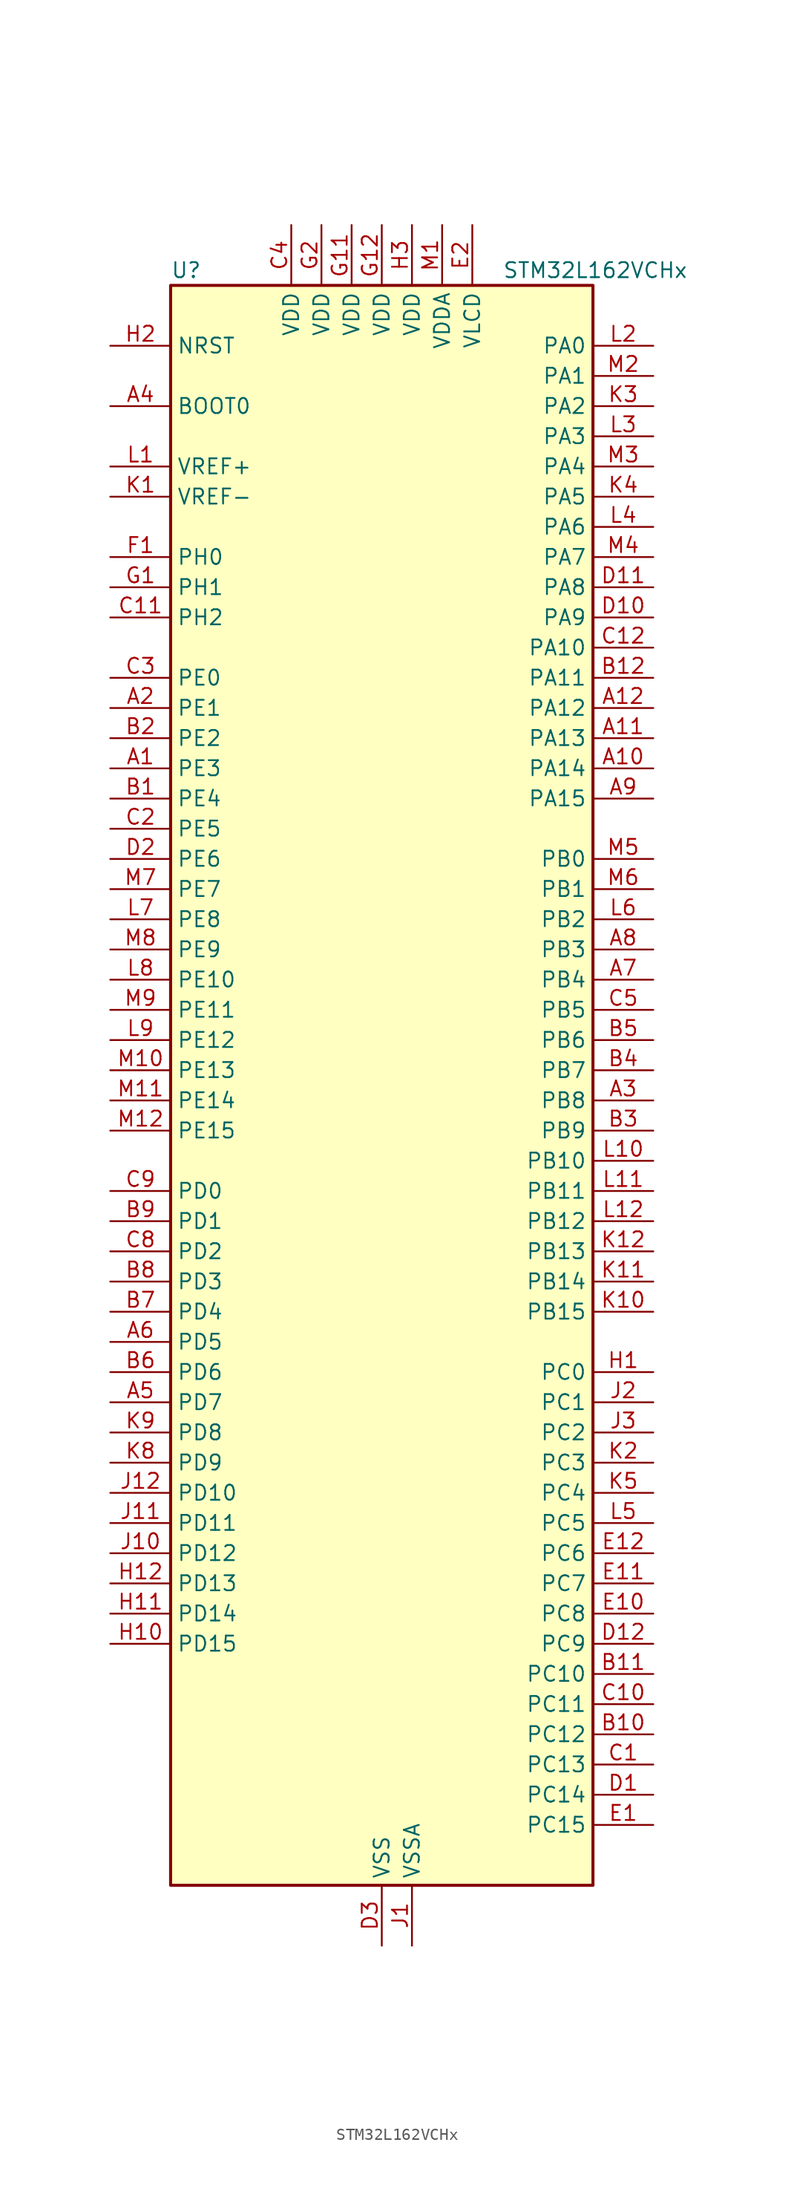
<source format=kicad_sym>
(kicad_symbol_lib
  (version 20241209)
  (generator "kicad_symbol_editor")
  (generator_version "9.0")
  (symbol "STM32L162VCHx"
    (property "Reference" "U"
      (at -17.78 69.85 0)
      (effects (font (size 1.27 1.27)) (justify left)))
    (property "Value" "STM32L162VCHx"
      (at 10.16 69.85 0)
      (effects (font (size 1.27 1.27)) (justify left)))
    (symbol "STM32L162VCHx_0_1"
      (rectangle (start -17.78 -66.04) (end 17.78 68.58) (stroke (width 0.254) (type default)) (fill (type background))))
    (symbol "STM32L162VCHx_1_1"
      (pin input line (at -22.86 63.5 0) (length 5.08) (name "NRST" (effects (font (size 1.27 1.27)))) (number "H2" (effects (font (size 1.27 1.27)))))
      (pin input line (at -22.86 58.42 0) (length 5.08) (name "BOOT0" (effects (font (size 1.27 1.27)))) (number "A4" (effects (font (size 1.27 1.27)))))
      (pin input line (at -22.86 53.34 0) (length 5.08) (name "VREF+" (effects (font (size 1.27 1.27)))) (number "L1" (effects (font (size 1.27 1.27)))))
      (pin input line (at -22.86 50.8 0) (length 5.08) (name "VREF-" (effects (font (size 1.27 1.27)))) (number "K1" (effects (font (size 1.27 1.27)))))
      (pin bidirectional line (at -22.86 45.72 0) (length 5.08) (name "PH0" (effects (font (size 1.27 1.27)))) (number "F1" (effects (font (size 1.27 1.27)))) (alternate "RCC_OSC_IN" bidirectional line))
      (pin bidirectional line (at -22.86 43.18 0) (length 5.08) (name "PH1" (effects (font (size 1.27 1.27)))) (number "G1" (effects (font (size 1.27 1.27)))) (alternate "RCC_OSC_OUT" bidirectional line))
      (pin bidirectional line (at -22.86 40.64 0) (length 5.08) (name "PH2" (effects (font (size 1.27 1.27)))) (number "C11" (effects (font (size 1.27 1.27)))))
      (pin bidirectional line (at -22.86 35.56 0) (length 5.08) (name "PE0" (effects (font (size 1.27 1.27)))) (number "C3" (effects (font (size 1.27 1.27)))) (alternate "LCD_SEG36" bidirectional line) (alternate "TIM10_CH1" bidirectional line) (alternate "TIM4_ETR" bidirectional line) (alternate "TIMX_IC1" bidirectional line))
      (pin bidirectional line (at -22.86 33.02 0) (length 5.08) (name "PE1" (effects (font (size 1.27 1.27)))) (number "A2" (effects (font (size 1.27 1.27)))) (alternate "LCD_SEG37" bidirectional line) (alternate "TIM11_CH1" bidirectional line) (alternate "TIMX_IC2" bidirectional line))
      (pin bidirectional line (at -22.86 30.48 0) (length 5.08) (name "PE2" (effects (font (size 1.27 1.27)))) (number "B2" (effects (font (size 1.27 1.27)))) (alternate "LCD_SEG38" bidirectional line) (alternate "SYS_TRACECK" bidirectional line) (alternate "TIM3_ETR" bidirectional line) (alternate "TIMX_IC3" bidirectional line))
      (pin bidirectional line (at -22.86 27.94 0) (length 5.08) (name "PE3" (effects (font (size 1.27 1.27)))) (number "A1" (effects (font (size 1.27 1.27)))) (alternate "LCD_SEG39" bidirectional line) (alternate "SYS_TRACED0" bidirectional line) (alternate "TIM3_CH1" bidirectional line) (alternate "TIMX_IC4" bidirectional line))
      (pin bidirectional line (at -22.86 25.4 0) (length 5.08) (name "PE4" (effects (font (size 1.27 1.27)))) (number "B1" (effects (font (size 1.27 1.27)))) (alternate "SYS_TRACED1" bidirectional line) (alternate "TIM3_CH2" bidirectional line) (alternate "TIMX_IC1" bidirectional line))
      (pin bidirectional line (at -22.86 22.86 0) (length 5.08) (name "PE5" (effects (font (size 1.27 1.27)))) (number "C2" (effects (font (size 1.27 1.27)))) (alternate "SYS_TRACED2" bidirectional line) (alternate "TIM9_CH1" bidirectional line) (alternate "TIMX_IC2" bidirectional line))
      (pin bidirectional line (at -22.86 20.32 0) (length 5.08) (name "PE6" (effects (font (size 1.27 1.27)))) (number "D2" (effects (font (size 1.27 1.27)))) (alternate "RTC_TAMP3" bidirectional line) (alternate "SYS_TRACED3" bidirectional line) (alternate "SYS_WKUP3" bidirectional line) (alternate "TIM9_CH2" bidirectional line) (alternate "TIMX_IC3" bidirectional line))
      (pin bidirectional line (at -22.86 17.78 0) (length 5.08) (name "PE7" (effects (font (size 1.27 1.27)))) (number "M7" (effects (font (size 1.27 1.27)))) (alternate "ADC_IN22" bidirectional line) (alternate "COMP1_INP" bidirectional line) (alternate "TIMX_IC4" bidirectional line))
      (pin bidirectional line (at -22.86 15.24 0) (length 5.08) (name "PE8" (effects (font (size 1.27 1.27)))) (number "L7" (effects (font (size 1.27 1.27)))) (alternate "ADC_IN23" bidirectional line) (alternate "COMP1_INP" bidirectional line) (alternate "TIMX_IC1" bidirectional line))
      (pin bidirectional line (at -22.86 12.7 0) (length 5.08) (name "PE9" (effects (font (size 1.27 1.27)))) (number "M8" (effects (font (size 1.27 1.27)))) (alternate "ADC_IN24" bidirectional line) (alternate "COMP1_INP" bidirectional line) (alternate "DAC_EXTI9" bidirectional line) (alternate "TIM2_CH1" bidirectional line) (alternate "TIM2_ETR" bidirectional line) (alternate "TIM5_ETR" bidirectional line) (alternate "TIMX_IC2" bidirectional line))
      (pin bidirectional line (at -22.86 10.16 0) (length 5.08) (name "PE10" (effects (font (size 1.27 1.27)))) (number "L8" (effects (font (size 1.27 1.27)))) (alternate "ADC_IN25" bidirectional line) (alternate "COMP1_INP" bidirectional line) (alternate "TIM2_CH2" bidirectional line) (alternate "TIMX_IC3" bidirectional line))
      (pin bidirectional line (at -22.86 7.62 0) (length 5.08) (name "PE11" (effects (font (size 1.27 1.27)))) (number "M9" (effects (font (size 1.27 1.27)))) (alternate "ADC_EXTI11" bidirectional line) (alternate "TIM2_CH3" bidirectional line) (alternate "TIMX_IC4" bidirectional line))
      (pin bidirectional line (at -22.86 5.08 0) (length 5.08) (name "PE12" (effects (font (size 1.27 1.27)))) (number "L9" (effects (font (size 1.27 1.27)))) (alternate "SPI1_NSS" bidirectional line) (alternate "TIM2_CH4" bidirectional line) (alternate "TIMX_IC1" bidirectional line))
      (pin bidirectional line (at -22.86 2.54 0) (length 5.08) (name "PE13" (effects (font (size 1.27 1.27)))) (number "M10" (effects (font (size 1.27 1.27)))) (alternate "SPI1_SCK" bidirectional line) (alternate "TIMX_IC2" bidirectional line))
      (pin bidirectional line (at -22.86 0 0) (length 5.08) (name "PE14" (effects (font (size 1.27 1.27)))) (number "M11" (effects (font (size 1.27 1.27)))) (alternate "SPI1_MISO" bidirectional line) (alternate "TIMX_IC3" bidirectional line))
      (pin bidirectional line (at -22.86 -2.54 0) (length 5.08) (name "PE15" (effects (font (size 1.27 1.27)))) (number "M12" (effects (font (size 1.27 1.27)))) (alternate "ADC_EXTI15" bidirectional line) (alternate "SPI1_MOSI" bidirectional line) (alternate "TIMX_IC4" bidirectional line))
      (pin bidirectional line (at -22.86 -7.62 0) (length 5.08) (name "PD0" (effects (font (size 1.27 1.27)))) (number "C9" (effects (font (size 1.27 1.27)))) (alternate "I2S2_WS" bidirectional line) (alternate "SPI2_NSS" bidirectional line) (alternate "TIM9_CH1" bidirectional line) (alternate "TIMX_IC1" bidirectional line))
      (pin bidirectional line (at -22.86 -10.16 0) (length 5.08) (name "PD1" (effects (font (size 1.27 1.27)))) (number "B9" (effects (font (size 1.27 1.27)))) (alternate "I2S2_CK" bidirectional line) (alternate "SPI2_SCK" bidirectional line) (alternate "TIMX_IC2" bidirectional line))
      (pin bidirectional line (at -22.86 -12.7 0) (length 5.08) (name "PD2" (effects (font (size 1.27 1.27)))) (number "C8" (effects (font (size 1.27 1.27)))) (alternate "LCD_COM7" bidirectional line) (alternate "LCD_SEG31" bidirectional line) (alternate "LCD_SEG43" bidirectional line) (alternate "TIM3_ETR" bidirectional line) (alternate "TIMX_IC3" bidirectional line))
      (pin bidirectional line (at -22.86 -15.24 0) (length 5.08) (name "PD3" (effects (font (size 1.27 1.27)))) (number "B8" (effects (font (size 1.27 1.27)))) (alternate "SPI2_MISO" bidirectional line) (alternate "TIMX_IC4" bidirectional line) (alternate "USART2_CTS" bidirectional line))
      (pin bidirectional line (at -22.86 -17.78 0) (length 5.08) (name "PD4" (effects (font (size 1.27 1.27)))) (number "B7" (effects (font (size 1.27 1.27)))) (alternate "I2S2_SD" bidirectional line) (alternate "SPI2_MOSI" bidirectional line) (alternate "TIMX_IC1" bidirectional line) (alternate "USART2_RTS" bidirectional line))
      (pin bidirectional line (at -22.86 -20.32 0) (length 5.08) (name "PD5" (effects (font (size 1.27 1.27)))) (number "A6" (effects (font (size 1.27 1.27)))) (alternate "TIMX_IC2" bidirectional line) (alternate "USART2_TX" bidirectional line))
      (pin bidirectional line (at -22.86 -22.86 0) (length 5.08) (name "PD6" (effects (font (size 1.27 1.27)))) (number "B6" (effects (font (size 1.27 1.27)))) (alternate "TIMX_IC3" bidirectional line) (alternate "USART2_RX" bidirectional line))
      (pin bidirectional line (at -22.86 -25.4 0) (length 5.08) (name "PD7" (effects (font (size 1.27 1.27)))) (number "A5" (effects (font (size 1.27 1.27)))) (alternate "TIM9_CH2" bidirectional line) (alternate "TIMX_IC4" bidirectional line) (alternate "USART2_CK" bidirectional line))
      (pin bidirectional line (at -22.86 -27.94 0) (length 5.08) (name "PD8" (effects (font (size 1.27 1.27)))) (number "K9" (effects (font (size 1.27 1.27)))) (alternate "LCD_SEG28" bidirectional line) (alternate "TIMX_IC1" bidirectional line) (alternate "USART3_TX" bidirectional line))
      (pin bidirectional line (at -22.86 -30.48 0) (length 5.08) (name "PD9" (effects (font (size 1.27 1.27)))) (number "K8" (effects (font (size 1.27 1.27)))) (alternate "DAC_EXTI9" bidirectional line) (alternate "LCD_SEG29" bidirectional line) (alternate "TIMX_IC2" bidirectional line) (alternate "USART3_RX" bidirectional line))
      (pin bidirectional line (at -22.86 -33.02 0) (length 5.08) (name "PD10" (effects (font (size 1.27 1.27)))) (number "J12" (effects (font (size 1.27 1.27)))) (alternate "LCD_SEG30" bidirectional line) (alternate "TIMX_IC3" bidirectional line) (alternate "USART3_CK" bidirectional line))
      (pin bidirectional line (at -22.86 -35.56 0) (length 5.08) (name "PD11" (effects (font (size 1.27 1.27)))) (number "J11" (effects (font (size 1.27 1.27)))) (alternate "ADC_EXTI11" bidirectional line) (alternate "LCD_SEG31" bidirectional line) (alternate "TIMX_IC4" bidirectional line) (alternate "USART3_CTS" bidirectional line))
      (pin bidirectional line (at -22.86 -38.1 0) (length 5.08) (name "PD12" (effects (font (size 1.27 1.27)))) (number "J10" (effects (font (size 1.27 1.27)))) (alternate "LCD_SEG32" bidirectional line) (alternate "TIM4_CH1" bidirectional line) (alternate "TIMX_IC1" bidirectional line) (alternate "USART3_RTS" bidirectional line))
      (pin bidirectional line (at -22.86 -40.64 0) (length 5.08) (name "PD13" (effects (font (size 1.27 1.27)))) (number "H12" (effects (font (size 1.27 1.27)))) (alternate "LCD_SEG33" bidirectional line) (alternate "TIM4_CH2" bidirectional line) (alternate "TIMX_IC2" bidirectional line))
      (pin bidirectional line (at -22.86 -43.18 0) (length 5.08) (name "PD14" (effects (font (size 1.27 1.27)))) (number "H11" (effects (font (size 1.27 1.27)))) (alternate "LCD_SEG34" bidirectional line) (alternate "TIM4_CH3" bidirectional line) (alternate "TIMX_IC3" bidirectional line))
      (pin bidirectional line (at -22.86 -45.72 0) (length 5.08) (name "PD15" (effects (font (size 1.27 1.27)))) (number "H10" (effects (font (size 1.27 1.27)))) (alternate "ADC_EXTI15" bidirectional line) (alternate "LCD_SEG35" bidirectional line) (alternate "TIM4_CH4" bidirectional line) (alternate "TIMX_IC4" bidirectional line))
      (pin power_in line (at -7.62 73.66 270) (length 5.08) (name "VDD" (effects (font (size 1.27 1.27)))) (number "C4" (effects (font (size 1.27 1.27)))))
      (pin power_in line (at -5.08 73.66 270) (length 5.08) (name "VDD" (effects (font (size 1.27 1.27)))) (number "G2" (effects (font (size 1.27 1.27)))))
      (pin power_in line (at -2.54 73.66 270) (length 5.08) (name "VDD" (effects (font (size 1.27 1.27)))) (number "G11" (effects (font (size 1.27 1.27)))))
      (pin power_in line (at 0 73.66 270) (length 5.08) (name "VDD" (effects (font (size 1.27 1.27)))) (number "G12" (effects (font (size 1.27 1.27)))))
      (pin power_in line (at 0 -71.12 90) (length 5.08) (name "VSS" (effects (font (size 1.27 1.27)))) (number "D3" (effects (font (size 1.27 1.27)))))
      (pin passive line (at 0 -71.12 90) (length 5.08) (hide yes) (name "VSS" (effects (font (size 1.27 1.27)))) (number "E3" (effects (font (size 1.27 1.27)))))
      (pin passive line (at 0 -71.12 90) (length 5.08) (hide yes) (name "VSS" (effects (font (size 1.27 1.27)))) (number "F11" (effects (font (size 1.27 1.27)))))
      (pin passive line (at 0 -71.12 90) (length 5.08) (hide yes) (name "VSS" (effects (font (size 1.27 1.27)))) (number "F12" (effects (font (size 1.27 1.27)))))
      (pin passive line (at 0 -71.12 90) (length 5.08) (hide yes) (name "VSS" (effects (font (size 1.27 1.27)))) (number "F2" (effects (font (size 1.27 1.27)))))
      (pin power_in line (at 2.54 73.66 270) (length 5.08) (name "VDD" (effects (font (size 1.27 1.27)))) (number "H3" (effects (font (size 1.27 1.27)))))
      (pin power_in line (at 2.54 -71.12 90) (length 5.08) (name "VSSA" (effects (font (size 1.27 1.27)))) (number "J1" (effects (font (size 1.27 1.27)))))
      (pin power_in line (at 5.08 73.66 270) (length 5.08) (name "VDDA" (effects (font (size 1.27 1.27)))) (number "M1" (effects (font (size 1.27 1.27)))))
      (pin power_in line (at 7.62 73.66 270) (length 5.08) (name "VLCD" (effects (font (size 1.27 1.27)))) (number "E2" (effects (font (size 1.27 1.27)))))
      (pin bidirectional line (at 22.86 63.5 180) (length 5.08) (name "PA0" (effects (font (size 1.27 1.27)))) (number "L2" (effects (font (size 1.27 1.27)))) (alternate "ADC_IN0" bidirectional line) (alternate "COMP1_INP" bidirectional line) (alternate "RTC_TAMP2" bidirectional line) (alternate "SYS_WKUP1" bidirectional line) (alternate "TIM2_CH1" bidirectional line) (alternate "TIM2_ETR" bidirectional line) (alternate "TIM5_CH1" bidirectional line) (alternate "TIMX_IC1" bidirectional line) (alternate "TS_G1_IO1" bidirectional line) (alternate "USART2_CTS" bidirectional line))
      (pin bidirectional line (at 22.86 60.96 180) (length 5.08) (name "PA1" (effects (font (size 1.27 1.27)))) (number "M2" (effects (font (size 1.27 1.27)))) (alternate "ADC_IN1" bidirectional line) (alternate "COMP1_INP" bidirectional line) (alternate "LCD_SEG0" bidirectional line) (alternate "OPAMP1_VINP" bidirectional line) (alternate "TIM2_CH2" bidirectional line) (alternate "TIM5_CH2" bidirectional line) (alternate "TIMX_IC2" bidirectional line) (alternate "TS_G1_IO2" bidirectional line) (alternate "USART2_RTS" bidirectional line))
      (pin bidirectional line (at 22.86 58.42 180) (length 5.08) (name "PA2" (effects (font (size 1.27 1.27)))) (number "K3" (effects (font (size 1.27 1.27)))) (alternate "ADC_IN2" bidirectional line) (alternate "COMP1_INP" bidirectional line) (alternate "LCD_SEG1" bidirectional line) (alternate "OPAMP1_VINM" bidirectional line) (alternate "TIM2_CH3" bidirectional line) (alternate "TIM5_CH3" bidirectional line) (alternate "TIM9_CH1" bidirectional line) (alternate "TIMX_IC3" bidirectional line) (alternate "TS_G1_IO3" bidirectional line) (alternate "USART2_TX" bidirectional line))
      (pin bidirectional line (at 22.86 55.88 180) (length 5.08) (name "PA3" (effects (font (size 1.27 1.27)))) (number "L3" (effects (font (size 1.27 1.27)))) (alternate "ADC_IN3" bidirectional line) (alternate "COMP1_INP" bidirectional line) (alternate "LCD_SEG2" bidirectional line) (alternate "OPAMP1_VOUT" bidirectional line) (alternate "TIM2_CH4" bidirectional line) (alternate "TIM5_CH4" bidirectional line) (alternate "TIM9_CH2" bidirectional line) (alternate "TIMX_IC4" bidirectional line) (alternate "TS_G1_IO4" bidirectional line) (alternate "USART2_RX" bidirectional line))
      (pin bidirectional line (at 22.86 53.34 180) (length 5.08) (name "PA4" (effects (font (size 1.27 1.27)))) (number "M3" (effects (font (size 1.27 1.27)))) (alternate "ADC_IN4" bidirectional line) (alternate "COMP1_INP" bidirectional line) (alternate "DAC_OUT1" bidirectional line) (alternate "I2S3_WS" bidirectional line) (alternate "SPI1_NSS" bidirectional line) (alternate "SPI3_NSS" bidirectional line) (alternate "TIMX_IC1" bidirectional line) (alternate "USART2_CK" bidirectional line))
      (pin bidirectional line (at 22.86 50.8 180) (length 5.08) (name "PA5" (effects (font (size 1.27 1.27)))) (number "K4" (effects (font (size 1.27 1.27)))) (alternate "ADC_IN5" bidirectional line) (alternate "COMP1_INP" bidirectional line) (alternate "DAC_OUT2" bidirectional line) (alternate "SPI1_SCK" bidirectional line) (alternate "TIM2_CH1" bidirectional line) (alternate "TIM2_ETR" bidirectional line) (alternate "TIMX_IC2" bidirectional line))
      (pin bidirectional line (at 22.86 48.26 180) (length 5.08) (name "PA6" (effects (font (size 1.27 1.27)))) (number "L4" (effects (font (size 1.27 1.27)))) (alternate "ADC_IN6" bidirectional line) (alternate "COMP1_INP" bidirectional line) (alternate "LCD_SEG3" bidirectional line) (alternate "OPAMP2_VINP" bidirectional line) (alternate "SPI1_MISO" bidirectional line) (alternate "TIM10_CH1" bidirectional line) (alternate "TIM3_CH1" bidirectional line) (alternate "TIMX_IC3" bidirectional line) (alternate "TS_G2_IO1" bidirectional line))
      (pin bidirectional line (at 22.86 45.72 180) (length 5.08) (name "PA7" (effects (font (size 1.27 1.27)))) (number "M4" (effects (font (size 1.27 1.27)))) (alternate "ADC_IN7" bidirectional line) (alternate "COMP1_INP" bidirectional line) (alternate "LCD_SEG4" bidirectional line) (alternate "OPAMP2_VINM" bidirectional line) (alternate "SPI1_MOSI" bidirectional line) (alternate "TIM11_CH1" bidirectional line) (alternate "TIM3_CH2" bidirectional line) (alternate "TIMX_IC4" bidirectional line) (alternate "TS_G2_IO2" bidirectional line))
      (pin bidirectional line (at 22.86 43.18 180) (length 5.08) (name "PA8" (effects (font (size 1.27 1.27)))) (number "D11" (effects (font (size 1.27 1.27)))) (alternate "LCD_COM0" bidirectional line) (alternate "RCC_MCO" bidirectional line) (alternate "TIMX_IC1" bidirectional line) (alternate "TS_G4_IO1" bidirectional line) (alternate "USART1_CK" bidirectional line))
      (pin bidirectional line (at 22.86 40.64 180) (length 5.08) (name "PA9" (effects (font (size 1.27 1.27)))) (number "D10" (effects (font (size 1.27 1.27)))) (alternate "DAC_EXTI9" bidirectional line) (alternate "LCD_COM1" bidirectional line) (alternate "TIMX_IC2" bidirectional line) (alternate "TS_G4_IO2" bidirectional line) (alternate "USART1_TX" bidirectional line))
      (pin bidirectional line (at 22.86 38.1 180) (length 5.08) (name "PA10" (effects (font (size 1.27 1.27)))) (number "C12" (effects (font (size 1.27 1.27)))) (alternate "LCD_COM2" bidirectional line) (alternate "TIMX_IC3" bidirectional line) (alternate "TS_G4_IO3" bidirectional line) (alternate "USART1_RX" bidirectional line))
      (pin bidirectional line (at 22.86 35.56 180) (length 5.08) (name "PA11" (effects (font (size 1.27 1.27)))) (number "B12" (effects (font (size 1.27 1.27)))) (alternate "ADC_EXTI11" bidirectional line) (alternate "SPI1_MISO" bidirectional line) (alternate "TIMX_IC4" bidirectional line) (alternate "USART1_CTS" bidirectional line) (alternate "USB_DM" bidirectional line))
      (pin bidirectional line (at 22.86 33.02 180) (length 5.08) (name "PA12" (effects (font (size 1.27 1.27)))) (number "A12" (effects (font (size 1.27 1.27)))) (alternate "SPI1_MOSI" bidirectional line) (alternate "TIMX_IC1" bidirectional line) (alternate "USART1_RTS" bidirectional line) (alternate "USB_DP" bidirectional line))
      (pin bidirectional line (at 22.86 30.48 180) (length 5.08) (name "PA13" (effects (font (size 1.27 1.27)))) (number "A11" (effects (font (size 1.27 1.27)))) (alternate "SYS_JTMS-SWDIO" bidirectional line) (alternate "TIMX_IC2" bidirectional line) (alternate "TS_G5_IO1" bidirectional line))
      (pin bidirectional line (at 22.86 27.94 180) (length 5.08) (name "PA14" (effects (font (size 1.27 1.27)))) (number "A10" (effects (font (size 1.27 1.27)))) (alternate "SYS_JTCK-SWCLK" bidirectional line) (alternate "TIMX_IC3" bidirectional line) (alternate "TS_G5_IO2" bidirectional line))
      (pin bidirectional line (at 22.86 25.4 180) (length 5.08) (name "PA15" (effects (font (size 1.27 1.27)))) (number "A9" (effects (font (size 1.27 1.27)))) (alternate "ADC_EXTI15" bidirectional line) (alternate "I2S3_WS" bidirectional line) (alternate "LCD_SEG17" bidirectional line) (alternate "SPI1_NSS" bidirectional line) (alternate "SPI3_NSS" bidirectional line) (alternate "SYS_JTDI" bidirectional line) (alternate "TIM2_CH1" bidirectional line) (alternate "TIM2_ETR" bidirectional line) (alternate "TIMX_IC4" bidirectional line) (alternate "TS_G5_IO3" bidirectional line))
      (pin bidirectional line (at 22.86 20.32 180) (length 5.08) (name "PB0" (effects (font (size 1.27 1.27)))) (number "M5" (effects (font (size 1.27 1.27)))) (alternate "ADC_IN8" bidirectional line) (alternate "COMP1_INP" bidirectional line) (alternate "LCD_SEG5" bidirectional line) (alternate "OPAMP2_VOUT" bidirectional line) (alternate "SYS_V_REF_OUT" bidirectional line) (alternate "TIM3_CH3" bidirectional line) (alternate "TS_G3_IO1" bidirectional line))
      (pin bidirectional line (at 22.86 17.78 180) (length 5.08) (name "PB1" (effects (font (size 1.27 1.27)))) (number "M6" (effects (font (size 1.27 1.27)))) (alternate "ADC_IN9" bidirectional line) (alternate "COMP1_INP" bidirectional line) (alternate "LCD_SEG6" bidirectional line) (alternate "SYS_V_REF_OUT" bidirectional line) (alternate "TIM3_CH4" bidirectional line) (alternate "TS_G3_IO2" bidirectional line))
      (pin bidirectional line (at 22.86 15.24 180) (length 5.08) (name "PB2" (effects (font (size 1.27 1.27)))) (number "L6" (effects (font (size 1.27 1.27)))) (alternate "TS_G3_IO3" bidirectional line))
      (pin bidirectional line (at 22.86 12.7 180) (length 5.08) (name "PB3" (effects (font (size 1.27 1.27)))) (number "A8" (effects (font (size 1.27 1.27)))) (alternate "COMP2_INM" bidirectional line) (alternate "I2S3_CK" bidirectional line) (alternate "LCD_SEG7" bidirectional line) (alternate "SPI1_SCK" bidirectional line) (alternate "SPI3_SCK" bidirectional line) (alternate "SYS_JTDO-TRACESWO" bidirectional line) (alternate "TIM2_CH2" bidirectional line))
      (pin bidirectional line (at 22.86 10.16 180) (length 5.08) (name "PB4" (effects (font (size 1.27 1.27)))) (number "A7" (effects (font (size 1.27 1.27)))) (alternate "COMP2_INP" bidirectional line) (alternate "LCD_SEG8" bidirectional line) (alternate "SPI1_MISO" bidirectional line) (alternate "SPI3_MISO" bidirectional line) (alternate "SYS_JTRST" bidirectional line) (alternate "TIM3_CH1" bidirectional line) (alternate "TS_G6_IO1" bidirectional line))
      (pin bidirectional line (at 22.86 7.62 180) (length 5.08) (name "PB5" (effects (font (size 1.27 1.27)))) (number "C5" (effects (font (size 1.27 1.27)))) (alternate "COMP2_INP" bidirectional line) (alternate "I2C1_SMBA" bidirectional line) (alternate "I2S3_SD" bidirectional line) (alternate "LCD_SEG9" bidirectional line) (alternate "SPI1_MOSI" bidirectional line) (alternate "SPI3_MOSI" bidirectional line) (alternate "TIM3_CH2" bidirectional line) (alternate "TS_G6_IO2" bidirectional line))
      (pin bidirectional line (at 22.86 5.08 180) (length 5.08) (name "PB6" (effects (font (size 1.27 1.27)))) (number "B5" (effects (font (size 1.27 1.27)))) (alternate "COMP2_INP" bidirectional line) (alternate "I2C1_SCL" bidirectional line) (alternate "TIM4_CH1" bidirectional line) (alternate "TS_G6_IO3" bidirectional line) (alternate "USART1_TX" bidirectional line))
      (pin bidirectional line (at 22.86 2.54 180) (length 5.08) (name "PB7" (effects (font (size 1.27 1.27)))) (number "B4" (effects (font (size 1.27 1.27)))) (alternate "COMP2_INP" bidirectional line) (alternate "I2C1_SDA" bidirectional line) (alternate "SYS_PVD_IN" bidirectional line) (alternate "TIM4_CH2" bidirectional line) (alternate "TS_G6_IO4" bidirectional line) (alternate "USART1_RX" bidirectional line))
      (pin bidirectional line (at 22.86 0 180) (length 5.08) (name "PB8" (effects (font (size 1.27 1.27)))) (number "A3" (effects (font (size 1.27 1.27)))) (alternate "I2C1_SCL" bidirectional line) (alternate "LCD_SEG16" bidirectional line) (alternate "TIM10_CH1" bidirectional line) (alternate "TIM4_CH3" bidirectional line))
      (pin bidirectional line (at 22.86 -2.54 180) (length 5.08) (name "PB9" (effects (font (size 1.27 1.27)))) (number "B3" (effects (font (size 1.27 1.27)))) (alternate "DAC_EXTI9" bidirectional line) (alternate "I2C1_SDA" bidirectional line) (alternate "LCD_COM3" bidirectional line) (alternate "TIM11_CH1" bidirectional line) (alternate "TIM4_CH4" bidirectional line))
      (pin bidirectional line (at 22.86 -5.08 180) (length 5.08) (name "PB10" (effects (font (size 1.27 1.27)))) (number "L10" (effects (font (size 1.27 1.27)))) (alternate "I2C2_SCL" bidirectional line) (alternate "LCD_SEG10" bidirectional line) (alternate "TIM2_CH3" bidirectional line) (alternate "USART3_TX" bidirectional line))
      (pin bidirectional line (at 22.86 -7.62 180) (length 5.08) (name "PB11" (effects (font (size 1.27 1.27)))) (number "L11" (effects (font (size 1.27 1.27)))) (alternate "ADC_EXTI11" bidirectional line) (alternate "I2C2_SDA" bidirectional line) (alternate "LCD_SEG11" bidirectional line) (alternate "TIM2_CH4" bidirectional line) (alternate "USART3_RX" bidirectional line))
      (pin bidirectional line (at 22.86 -10.16 180) (length 5.08) (name "PB12" (effects (font (size 1.27 1.27)))) (number "L12" (effects (font (size 1.27 1.27)))) (alternate "ADC_IN18" bidirectional line) (alternate "COMP1_INP" bidirectional line) (alternate "I2C2_SMBA" bidirectional line) (alternate "I2S2_WS" bidirectional line) (alternate "LCD_SEG12" bidirectional line) (alternate "SPI2_NSS" bidirectional line) (alternate "TIM10_CH1" bidirectional line) (alternate "TS_G7_IO1" bidirectional line) (alternate "USART3_CK" bidirectional line))
      (pin bidirectional line (at 22.86 -12.7 180) (length 5.08) (name "PB13" (effects (font (size 1.27 1.27)))) (number "K12" (effects (font (size 1.27 1.27)))) (alternate "ADC_IN19" bidirectional line) (alternate "COMP1_INP" bidirectional line) (alternate "I2S2_CK" bidirectional line) (alternate "LCD_SEG13" bidirectional line) (alternate "SPI2_SCK" bidirectional line) (alternate "TIM9_CH1" bidirectional line) (alternate "TS_G7_IO2" bidirectional line) (alternate "USART3_CTS" bidirectional line))
      (pin bidirectional line (at 22.86 -15.24 180) (length 5.08) (name "PB14" (effects (font (size 1.27 1.27)))) (number "K11" (effects (font (size 1.27 1.27)))) (alternate "ADC_IN20" bidirectional line) (alternate "COMP1_INP" bidirectional line) (alternate "LCD_SEG14" bidirectional line) (alternate "SPI2_MISO" bidirectional line) (alternate "TIM9_CH2" bidirectional line) (alternate "TS_G7_IO3" bidirectional line) (alternate "USART3_RTS" bidirectional line))
      (pin bidirectional line (at 22.86 -17.78 180) (length 5.08) (name "PB15" (effects (font (size 1.27 1.27)))) (number "K10" (effects (font (size 1.27 1.27)))) (alternate "ADC_EXTI15" bidirectional line) (alternate "ADC_IN21" bidirectional line) (alternate "COMP1_INP" bidirectional line) (alternate "I2S2_SD" bidirectional line) (alternate "LCD_SEG15" bidirectional line) (alternate "RTC_REFIN" bidirectional line) (alternate "SPI2_MOSI" bidirectional line) (alternate "TIM11_CH1" bidirectional line) (alternate "TS_G7_IO4" bidirectional line))
      (pin bidirectional line (at 22.86 -22.86 180) (length 5.08) (name "PC0" (effects (font (size 1.27 1.27)))) (number "H1" (effects (font (size 1.27 1.27)))) (alternate "ADC_IN10" bidirectional line) (alternate "COMP1_INP" bidirectional line) (alternate "LCD_SEG18" bidirectional line) (alternate "TIMX_IC1" bidirectional line) (alternate "TS_G8_IO1" bidirectional line))
      (pin bidirectional line (at 22.86 -25.4 180) (length 5.08) (name "PC1" (effects (font (size 1.27 1.27)))) (number "J2" (effects (font (size 1.27 1.27)))) (alternate "ADC_IN11" bidirectional line) (alternate "COMP1_INP" bidirectional line) (alternate "LCD_SEG19" bidirectional line) (alternate "TIMX_IC2" bidirectional line) (alternate "TS_G8_IO2" bidirectional line))
      (pin bidirectional line (at 22.86 -27.94 180) (length 5.08) (name "PC2" (effects (font (size 1.27 1.27)))) (number "J3" (effects (font (size 1.27 1.27)))) (alternate "ADC_IN12" bidirectional line) (alternate "COMP1_INP" bidirectional line) (alternate "LCD_SEG20" bidirectional line) (alternate "TIMX_IC3" bidirectional line) (alternate "TS_G8_IO3" bidirectional line))
      (pin bidirectional line (at 22.86 -30.48 180) (length 5.08) (name "PC3" (effects (font (size 1.27 1.27)))) (number "K2" (effects (font (size 1.27 1.27)))) (alternate "ADC_IN13" bidirectional line) (alternate "COMP1_INP" bidirectional line) (alternate "LCD_SEG21" bidirectional line) (alternate "TIMX_IC4" bidirectional line) (alternate "TS_G8_IO4" bidirectional line))
      (pin bidirectional line (at 22.86 -33.02 180) (length 5.08) (name "PC4" (effects (font (size 1.27 1.27)))) (number "K5" (effects (font (size 1.27 1.27)))) (alternate "ADC_IN14" bidirectional line) (alternate "COMP1_INP" bidirectional line) (alternate "LCD_SEG22" bidirectional line) (alternate "TIMX_IC1" bidirectional line) (alternate "TS_G9_IO1" bidirectional line))
      (pin bidirectional line (at 22.86 -35.56 180) (length 5.08) (name "PC5" (effects (font (size 1.27 1.27)))) (number "L5" (effects (font (size 1.27 1.27)))) (alternate "ADC_IN15" bidirectional line) (alternate "COMP1_INP" bidirectional line) (alternate "LCD_SEG23" bidirectional line) (alternate "TIMX_IC2" bidirectional line) (alternate "TS_G9_IO2" bidirectional line))
      (pin bidirectional line (at 22.86 -38.1 180) (length 5.08) (name "PC6" (effects (font (size 1.27 1.27)))) (number "E12" (effects (font (size 1.27 1.27)))) (alternate "I2S2_MCK" bidirectional line) (alternate "LCD_SEG24" bidirectional line) (alternate "TIM3_CH1" bidirectional line) (alternate "TIMX_IC3" bidirectional line) (alternate "TS_G10_IO1" bidirectional line))
      (pin bidirectional line (at 22.86 -40.64 180) (length 5.08) (name "PC7" (effects (font (size 1.27 1.27)))) (number "E11" (effects (font (size 1.27 1.27)))) (alternate "I2S3_MCK" bidirectional line) (alternate "LCD_SEG25" bidirectional line) (alternate "TIM3_CH2" bidirectional line) (alternate "TIMX_IC4" bidirectional line) (alternate "TS_G10_IO2" bidirectional line))
      (pin bidirectional line (at 22.86 -43.18 180) (length 5.08) (name "PC8" (effects (font (size 1.27 1.27)))) (number "E10" (effects (font (size 1.27 1.27)))) (alternate "LCD_SEG26" bidirectional line) (alternate "TIM3_CH3" bidirectional line) (alternate "TIMX_IC1" bidirectional line) (alternate "TS_G10_IO3" bidirectional line))
      (pin bidirectional line (at 22.86 -45.72 180) (length 5.08) (name "PC9" (effects (font (size 1.27 1.27)))) (number "D12" (effects (font (size 1.27 1.27)))) (alternate "DAC_EXTI9" bidirectional line) (alternate "LCD_SEG27" bidirectional line) (alternate "TIM3_CH4" bidirectional line) (alternate "TIMX_IC2" bidirectional line) (alternate "TS_G10_IO4" bidirectional line))
      (pin bidirectional line (at 22.86 -48.26 180) (length 5.08) (name "PC10" (effects (font (size 1.27 1.27)))) (number "B11" (effects (font (size 1.27 1.27)))) (alternate "I2S3_CK" bidirectional line) (alternate "LCD_COM4" bidirectional line) (alternate "LCD_SEG28" bidirectional line) (alternate "LCD_SEG40" bidirectional line) (alternate "SPI3_SCK" bidirectional line) (alternate "TIMX_IC3" bidirectional line) (alternate "USART3_TX" bidirectional line))
      (pin bidirectional line (at 22.86 -50.8 180) (length 5.08) (name "PC11" (effects (font (size 1.27 1.27)))) (number "C10" (effects (font (size 1.27 1.27)))) (alternate "ADC_EXTI11" bidirectional line) (alternate "LCD_COM5" bidirectional line) (alternate "LCD_SEG29" bidirectional line) (alternate "LCD_SEG41" bidirectional line) (alternate "SPI3_MISO" bidirectional line) (alternate "TIMX_IC4" bidirectional line) (alternate "USART3_RX" bidirectional line))
      (pin bidirectional line (at 22.86 -53.34 180) (length 5.08) (name "PC12" (effects (font (size 1.27 1.27)))) (number "B10" (effects (font (size 1.27 1.27)))) (alternate "I2S3_SD" bidirectional line) (alternate "LCD_COM6" bidirectional line) (alternate "LCD_SEG30" bidirectional line) (alternate "LCD_SEG42" bidirectional line) (alternate "SPI3_MOSI" bidirectional line) (alternate "TIMX_IC1" bidirectional line) (alternate "USART3_CK" bidirectional line))
      (pin bidirectional line (at 22.86 -55.88 180) (length 5.08) (name "PC13" (effects (font (size 1.27 1.27)))) (number "C1" (effects (font (size 1.27 1.27)))) (alternate "RTC_OUT_ALARM" bidirectional line) (alternate "RTC_OUT_CALIB" bidirectional line) (alternate "RTC_TAMP1" bidirectional line) (alternate "RTC_TS" bidirectional line) (alternate "SYS_WKUP2" bidirectional line) (alternate "TIMX_IC2" bidirectional line))
      (pin bidirectional line (at 22.86 -58.42 180) (length 5.08) (name "PC14" (effects (font (size 1.27 1.27)))) (number "D1" (effects (font (size 1.27 1.27)))) (alternate "RCC_OSC32_IN" bidirectional line) (alternate "TIMX_IC3" bidirectional line))
      (pin bidirectional line (at 22.86 -60.96 180) (length 5.08) (name "PC15" (effects (font (size 1.27 1.27)))) (number "E1" (effects (font (size 1.27 1.27)))) (alternate "ADC_EXTI15" bidirectional line) (alternate "RCC_OSC32_OUT" bidirectional line) (alternate "TIMX_IC4" bidirectional line)))))
</source>
